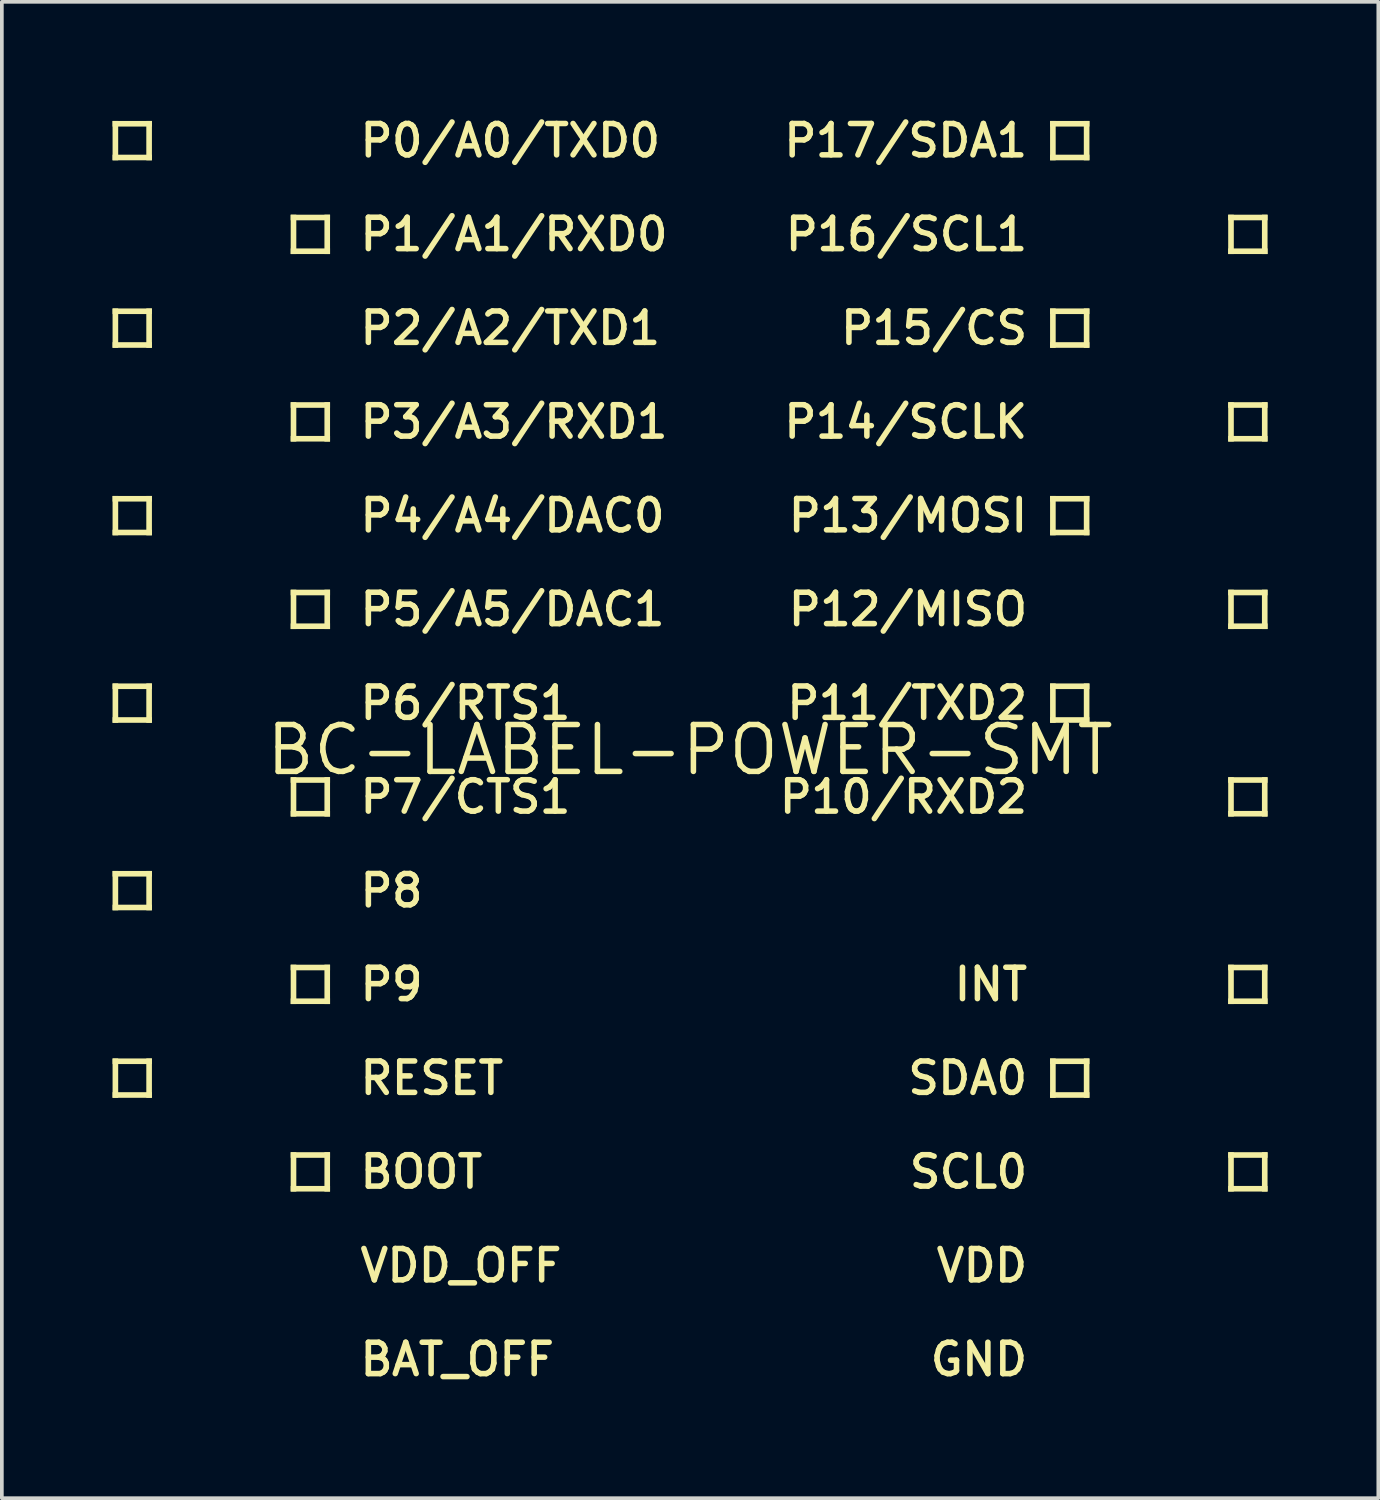
<source format=kicad_pcb>
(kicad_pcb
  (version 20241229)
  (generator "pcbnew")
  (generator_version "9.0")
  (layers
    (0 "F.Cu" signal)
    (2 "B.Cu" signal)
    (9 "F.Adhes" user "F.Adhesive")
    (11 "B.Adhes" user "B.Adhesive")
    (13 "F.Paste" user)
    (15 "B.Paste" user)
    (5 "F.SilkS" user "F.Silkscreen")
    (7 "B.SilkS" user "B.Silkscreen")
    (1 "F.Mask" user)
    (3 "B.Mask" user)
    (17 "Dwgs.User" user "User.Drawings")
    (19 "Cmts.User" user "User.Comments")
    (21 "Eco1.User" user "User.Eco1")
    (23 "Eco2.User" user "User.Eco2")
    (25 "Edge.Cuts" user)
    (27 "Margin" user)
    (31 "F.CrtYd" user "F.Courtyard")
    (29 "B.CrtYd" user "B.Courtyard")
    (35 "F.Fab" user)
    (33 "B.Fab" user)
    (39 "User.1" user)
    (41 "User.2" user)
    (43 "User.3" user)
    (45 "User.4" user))
  (footprint "BC-LABEL-POWER-SMT"
    (layer "F.Cu")
    (at 15.646 17.27)
    (property "Reference" "BC-LABEL-POWER-SMT" (at 0 0 0) (unlocked yes) (layer "F.SilkS") (effects (font (size 1.27 1.27) (thickness 0.15))))
    (fp_poly (pts (xy -15.646 -16.891) (xy -14.58 -16.891) (xy -14.58 -17.043) (xy -15.646 -17.043)) (stroke (width 0) (type default)) (fill yes) (layer "F.SilkS"))
    (fp_poly (pts (xy -15.646 -15.977) (xy -15.494 -15.977) (xy -15.494 -17.043) (xy -15.646 -17.043)) (stroke (width 0) (type default)) (fill yes) (layer "F.SilkS"))
    (fp_poly (pts (xy -15.646 -15.977) (xy -14.58 -15.977) (xy -14.58 -16.129) (xy -15.646 -16.129)) (stroke (width 0) (type default)) (fill yes) (layer "F.SilkS"))
    (fp_poly (pts (xy -15.646 -11.811) (xy -14.58 -11.811) (xy -14.58 -11.963) (xy -15.646 -11.963)) (stroke (width 0) (type default)) (fill yes) (layer "F.SilkS"))
    (fp_poly (pts (xy -15.646 -10.897) (xy -15.494 -10.897) (xy -15.494 -11.963) (xy -15.646 -11.963)) (stroke (width 0) (type default)) (fill yes) (layer "F.SilkS"))
    (fp_poly (pts (xy -15.646 -10.897) (xy -14.58 -10.897) (xy -14.58 -11.049) (xy -15.646 -11.049)) (stroke (width 0) (type default)) (fill yes) (layer "F.SilkS"))
    (fp_poly (pts (xy -15.646 -6.731) (xy -14.58 -6.731) (xy -14.58 -6.883) (xy -15.646 -6.883)) (stroke (width 0) (type default)) (fill yes) (layer "F.SilkS"))
    (fp_poly (pts (xy -15.646 -5.817) (xy -15.494 -5.817) (xy -15.494 -6.883) (xy -15.646 -6.883)) (stroke (width 0) (type default)) (fill yes) (layer "F.SilkS"))
    (fp_poly (pts (xy -15.646 -5.817) (xy -14.58 -5.817) (xy -14.58 -5.969) (xy -15.646 -5.969)) (stroke (width 0) (type default)) (fill yes) (layer "F.SilkS"))
    (fp_poly (pts (xy -15.646 -1.651) (xy -14.58 -1.651) (xy -14.58 -1.803) (xy -15.646 -1.803)) (stroke (width 0) (type default)) (fill yes) (layer "F.SilkS"))
    (fp_poly (pts (xy -15.646 -0.737) (xy -15.494 -0.737) (xy -15.494 -1.803) (xy -15.646 -1.803)) (stroke (width 0) (type default)) (fill yes) (layer "F.SilkS"))
    (fp_poly (pts (xy -15.646 -0.737) (xy -14.58 -0.737) (xy -14.58 -0.889) (xy -15.646 -0.889)) (stroke (width 0) (type default)) (fill yes) (layer "F.SilkS"))
    (fp_poly (pts (xy -15.646 3.429) (xy -14.58 3.429) (xy -14.58 3.277) (xy -15.646 3.277)) (stroke (width 0) (type default)) (fill yes) (layer "F.SilkS"))
    (fp_poly (pts (xy -15.646 4.343) (xy -15.494 4.343) (xy -15.494 3.277) (xy -15.646 3.277)) (stroke (width 0) (type default)) (fill yes) (layer "F.SilkS"))
    (fp_poly (pts (xy -15.646 4.343) (xy -14.58 4.343) (xy -14.58 4.191) (xy -15.646 4.191)) (stroke (width 0) (type default)) (fill yes) (layer "F.SilkS"))
    (fp_poly (pts (xy -15.646 8.509) (xy -14.58 8.509) (xy -14.58 8.357) (xy -15.646 8.357)) (stroke (width 0) (type default)) (fill yes) (layer "F.SilkS"))
    (fp_poly (pts (xy -15.646 9.423) (xy -15.494 9.423) (xy -15.494 8.357) (xy -15.646 8.357)) (stroke (width 0) (type default)) (fill yes) (layer "F.SilkS"))
    (fp_poly (pts (xy -15.646 9.423) (xy -14.58 9.423) (xy -14.58 9.271) (xy -15.646 9.271)) (stroke (width 0) (type default)) (fill yes) (layer "F.SilkS"))
    (fp_poly (pts (xy -14.732 -15.977) (xy -14.58 -15.977) (xy -14.58 -17.043) (xy -14.732 -17.043)) (stroke (width 0) (type default)) (fill yes) (layer "F.SilkS"))
    (fp_poly (pts (xy -14.732 -10.897) (xy -14.58 -10.897) (xy -14.58 -11.963) (xy -14.732 -11.963)) (stroke (width 0) (type default)) (fill yes) (layer "F.SilkS"))
    (fp_poly (pts (xy -14.732 -5.817) (xy -14.58 -5.817) (xy -14.58 -6.883) (xy -14.732 -6.883)) (stroke (width 0) (type default)) (fill yes) (layer "F.SilkS"))
    (fp_poly (pts (xy -14.732 -0.737) (xy -14.58 -0.737) (xy -14.58 -1.803) (xy -14.732 -1.803)) (stroke (width 0) (type default)) (fill yes) (layer "F.SilkS"))
    (fp_poly (pts (xy -14.732 4.343) (xy -14.58 4.343) (xy -14.58 3.277) (xy -14.732 3.277)) (stroke (width 0) (type default)) (fill yes) (layer "F.SilkS"))
    (fp_poly (pts (xy -14.732 9.423) (xy -14.58 9.423) (xy -14.58 8.357) (xy -14.732 8.357)) (stroke (width 0) (type default)) (fill yes) (layer "F.SilkS"))
    (fp_poly (pts (xy -10.82 -14.351) (xy -9.754 -14.351) (xy -9.754 -14.503) (xy -10.82 -14.503)) (stroke (width 0) (type default)) (fill yes) (layer "F.SilkS"))
    (fp_poly (pts (xy -10.82 -13.437) (xy -10.668 -13.437) (xy -10.668 -14.503) (xy -10.82 -14.503)) (stroke (width 0) (type default)) (fill yes) (layer "F.SilkS"))
    (fp_poly (pts (xy -10.82 -13.437) (xy -9.754 -13.437) (xy -9.754 -13.589) (xy -10.82 -13.589)) (stroke (width 0) (type default)) (fill yes) (layer "F.SilkS"))
    (fp_poly (pts (xy -10.82 -9.271) (xy -9.754 -9.271) (xy -9.754 -9.423) (xy -10.82 -9.423)) (stroke (width 0) (type default)) (fill yes) (layer "F.SilkS"))
    (fp_poly (pts (xy -10.82 -8.357) (xy -10.668 -8.357) (xy -10.668 -9.423) (xy -10.82 -9.423)) (stroke (width 0) (type default)) (fill yes) (layer "F.SilkS"))
    (fp_poly (pts (xy -10.82 -8.357) (xy -9.754 -8.357) (xy -9.754 -8.509) (xy -10.82 -8.509)) (stroke (width 0) (type default)) (fill yes) (layer "F.SilkS"))
    (fp_poly (pts (xy -10.82 -4.191) (xy -9.754 -4.191) (xy -9.754 -4.343) (xy -10.82 -4.343)) (stroke (width 0) (type default)) (fill yes) (layer "F.SilkS"))
    (fp_poly (pts (xy -10.82 -3.277) (xy -10.668 -3.277) (xy -10.668 -4.343) (xy -10.82 -4.343)) (stroke (width 0) (type default)) (fill yes) (layer "F.SilkS"))
    (fp_poly (pts (xy -10.82 -3.277) (xy -9.754 -3.277) (xy -9.754 -3.429) (xy -10.82 -3.429)) (stroke (width 0) (type default)) (fill yes) (layer "F.SilkS"))
    (fp_poly (pts (xy -10.82 0.889) (xy -9.754 0.889) (xy -9.754 0.737) (xy -10.82 0.737)) (stroke (width 0) (type default)) (fill yes) (layer "F.SilkS"))
    (fp_poly (pts (xy -10.82 1.803) (xy -10.668 1.803) (xy -10.668 0.737) (xy -10.82 0.737)) (stroke (width 0) (type default)) (fill yes) (layer "F.SilkS"))
    (fp_poly (pts (xy -10.82 1.803) (xy -9.754 1.803) (xy -9.754 1.651) (xy -10.82 1.651)) (stroke (width 0) (type default)) (fill yes) (layer "F.SilkS"))
    (fp_poly (pts (xy -10.82 5.969) (xy -9.754 5.969) (xy -9.754 5.817) (xy -10.82 5.817)) (stroke (width 0) (type default)) (fill yes) (layer "F.SilkS"))
    (fp_poly (pts (xy -10.82 6.883) (xy -10.668 6.883) (xy -10.668 5.817) (xy -10.82 5.817)) (stroke (width 0) (type default)) (fill yes) (layer "F.SilkS"))
    (fp_poly (pts (xy -10.82 6.883) (xy -9.754 6.883) (xy -9.754 6.731) (xy -10.82 6.731)) (stroke (width 0) (type default)) (fill yes) (layer "F.SilkS"))
    (fp_poly (pts (xy -10.82 11.049) (xy -9.754 11.049) (xy -9.754 10.897) (xy -10.82 10.897)) (stroke (width 0) (type default)) (fill yes) (layer "F.SilkS"))
    (fp_poly (pts (xy -10.82 11.963) (xy -10.668 11.963) (xy -10.668 10.897) (xy -10.82 10.897)) (stroke (width 0) (type default)) (fill yes) (layer "F.SilkS"))
    (fp_poly (pts (xy -10.82 11.963) (xy -9.754 11.963) (xy -9.754 11.811) (xy -10.82 11.811)) (stroke (width 0) (type default)) (fill yes) (layer "F.SilkS"))
    (fp_poly (pts (xy -9.906 -13.437) (xy -9.754 -13.437) (xy -9.754 -14.503) (xy -9.906 -14.503)) (stroke (width 0) (type default)) (fill yes) (layer "F.SilkS"))
    (fp_poly (pts (xy -9.906 -8.357) (xy -9.754 -8.357) (xy -9.754 -9.423) (xy -9.906 -9.423)) (stroke (width 0) (type default)) (fill yes) (layer "F.SilkS"))
    (fp_poly (pts (xy -9.906 -3.277) (xy -9.754 -3.277) (xy -9.754 -4.343) (xy -9.906 -4.343)) (stroke (width 0) (type default)) (fill yes) (layer "F.SilkS"))
    (fp_poly (pts (xy -9.906 1.803) (xy -9.754 1.803) (xy -9.754 0.737) (xy -9.906 0.737)) (stroke (width 0) (type default)) (fill yes) (layer "F.SilkS"))
    (fp_poly (pts (xy -9.906 6.883) (xy -9.754 6.883) (xy -9.754 5.817) (xy -9.906 5.817)) (stroke (width 0) (type default)) (fill yes) (layer "F.SilkS"))
    (fp_poly (pts (xy -9.906 11.963) (xy -9.754 11.963) (xy -9.754 10.897) (xy -9.906 10.897)) (stroke (width 0) (type default)) (fill yes) (layer "F.SilkS"))
    (fp_poly (pts (xy 9.906 -17.043) (xy 9.754 -17.043) (xy 9.754 -15.977) (xy 9.906 -15.977)) (stroke (width 0) (type default)) (fill yes) (layer "F.SilkS"))
    (fp_poly (pts (xy 9.906 -11.963) (xy 9.754 -11.963) (xy 9.754 -10.897) (xy 9.906 -10.897)) (stroke (width 0) (type default)) (fill yes) (layer "F.SilkS"))
    (fp_poly (pts (xy 9.906 -6.883) (xy 9.754 -6.883) (xy 9.754 -5.817) (xy 9.906 -5.817)) (stroke (width 0) (type default)) (fill yes) (layer "F.SilkS"))
    (fp_poly (pts (xy 9.906 -1.803) (xy 9.754 -1.803) (xy 9.754 -0.737) (xy 9.906 -0.737)) (stroke (width 0) (type default)) (fill yes) (layer "F.SilkS"))
    (fp_poly (pts (xy 9.906 8.357) (xy 9.754 8.357) (xy 9.754 9.423) (xy 9.906 9.423)) (stroke (width 0) (type default)) (fill yes) (layer "F.SilkS"))
    (fp_poly (pts (xy 10.82 -17.043) (xy 9.754 -17.043) (xy 9.754 -16.891) (xy 10.82 -16.891)) (stroke (width 0) (type default)) (fill yes) (layer "F.SilkS"))
    (fp_poly (pts (xy 10.82 -17.043) (xy 10.668 -17.043) (xy 10.668 -15.977) (xy 10.82 -15.977)) (stroke (width 0) (type default)) (fill yes) (layer "F.SilkS"))
    (fp_poly (pts (xy 10.82 -16.129) (xy 9.754 -16.129) (xy 9.754 -15.977) (xy 10.82 -15.977)) (stroke (width 0) (type default)) (fill yes) (layer "F.SilkS"))
    (fp_poly (pts (xy 10.82 -11.963) (xy 9.754 -11.963) (xy 9.754 -11.811) (xy 10.82 -11.811)) (stroke (width 0) (type default)) (fill yes) (layer "F.SilkS"))
    (fp_poly (pts (xy 10.82 -11.963) (xy 10.668 -11.963) (xy 10.668 -10.897) (xy 10.82 -10.897)) (stroke (width 0) (type default)) (fill yes) (layer "F.SilkS"))
    (fp_poly (pts (xy 10.82 -11.049) (xy 9.754 -11.049) (xy 9.754 -10.897) (xy 10.82 -10.897)) (stroke (width 0) (type default)) (fill yes) (layer "F.SilkS"))
    (fp_poly (pts (xy 10.82 -6.883) (xy 9.754 -6.883) (xy 9.754 -6.731) (xy 10.82 -6.731)) (stroke (width 0) (type default)) (fill yes) (layer "F.SilkS"))
    (fp_poly (pts (xy 10.82 -6.883) (xy 10.668 -6.883) (xy 10.668 -5.817) (xy 10.82 -5.817)) (stroke (width 0) (type default)) (fill yes) (layer "F.SilkS"))
    (fp_poly (pts (xy 10.82 -5.969) (xy 9.754 -5.969) (xy 9.754 -5.817) (xy 10.82 -5.817)) (stroke (width 0) (type default)) (fill yes) (layer "F.SilkS"))
    (fp_poly (pts (xy 10.82 -1.803) (xy 9.754 -1.803) (xy 9.754 -1.651) (xy 10.82 -1.651)) (stroke (width 0) (type default)) (fill yes) (layer "F.SilkS"))
    (fp_poly (pts (xy 10.82 -1.803) (xy 10.668 -1.803) (xy 10.668 -0.737) (xy 10.82 -0.737)) (stroke (width 0) (type default)) (fill yes) (layer "F.SilkS"))
    (fp_poly (pts (xy 10.82 -0.889) (xy 9.754 -0.889) (xy 9.754 -0.737) (xy 10.82 -0.737)) (stroke (width 0) (type default)) (fill yes) (layer "F.SilkS"))
    (fp_poly (pts (xy 10.82 8.357) (xy 9.754 8.357) (xy 9.754 8.509) (xy 10.82 8.509)) (stroke (width 0) (type default)) (fill yes) (layer "F.SilkS"))
    (fp_poly (pts (xy 10.82 8.357) (xy 10.668 8.357) (xy 10.668 9.423) (xy 10.82 9.423)) (stroke (width 0) (type default)) (fill yes) (layer "F.SilkS"))
    (fp_poly (pts (xy 10.82 9.271) (xy 9.754 9.271) (xy 9.754 9.423) (xy 10.82 9.423)) (stroke (width 0) (type default)) (fill yes) (layer "F.SilkS"))
    (fp_poly (pts (xy 14.732 -14.503) (xy 14.58 -14.503) (xy 14.58 -13.437) (xy 14.732 -13.437)) (stroke (width 0) (type default)) (fill yes) (layer "F.SilkS"))
    (fp_poly (pts (xy 14.732 -9.423) (xy 14.58 -9.423) (xy 14.58 -8.357) (xy 14.732 -8.357)) (stroke (width 0) (type default)) (fill yes) (layer "F.SilkS"))
    (fp_poly (pts (xy 14.732 -4.343) (xy 14.58 -4.343) (xy 14.58 -3.277) (xy 14.732 -3.277)) (stroke (width 0) (type default)) (fill yes) (layer "F.SilkS"))
    (fp_poly (pts (xy 14.732 0.737) (xy 14.58 0.737) (xy 14.58 1.803) (xy 14.732 1.803)) (stroke (width 0) (type default)) (fill yes) (layer "F.SilkS"))
    (fp_poly (pts (xy 14.732 5.817) (xy 14.58 5.817) (xy 14.58 6.883) (xy 14.732 6.883)) (stroke (width 0) (type default)) (fill yes) (layer "F.SilkS"))
    (fp_poly (pts (xy 14.732 10.897) (xy 14.58 10.897) (xy 14.58 11.963) (xy 14.732 11.963)) (stroke (width 0) (type default)) (fill yes) (layer "F.SilkS"))
    (fp_poly (pts (xy 15.646 -14.503) (xy 14.58 -14.503) (xy 14.58 -14.351) (xy 15.646 -14.351)) (stroke (width 0) (type default)) (fill yes) (layer "F.SilkS"))
    (fp_poly (pts (xy 15.646 -14.503) (xy 15.494 -14.503) (xy 15.494 -13.437) (xy 15.646 -13.437)) (stroke (width 0) (type default)) (fill yes) (layer "F.SilkS"))
    (fp_poly (pts (xy 15.646 -13.589) (xy 14.58 -13.589) (xy 14.58 -13.437) (xy 15.646 -13.437)) (stroke (width 0) (type default)) (fill yes) (layer "F.SilkS"))
    (fp_poly (pts (xy 15.646 -9.423) (xy 14.58 -9.423) (xy 14.58 -9.271) (xy 15.646 -9.271)) (stroke (width 0) (type default)) (fill yes) (layer "F.SilkS"))
    (fp_poly (pts (xy 15.646 -9.423) (xy 15.494 -9.423) (xy 15.494 -8.357) (xy 15.646 -8.357)) (stroke (width 0) (type default)) (fill yes) (layer "F.SilkS"))
    (fp_poly (pts (xy 15.646 -8.509) (xy 14.58 -8.509) (xy 14.58 -8.357) (xy 15.646 -8.357)) (stroke (width 0) (type default)) (fill yes) (layer "F.SilkS"))
    (fp_poly (pts (xy 15.646 -4.343) (xy 14.58 -4.343) (xy 14.58 -4.191) (xy 15.646 -4.191)) (stroke (width 0) (type default)) (fill yes) (layer "F.SilkS"))
    (fp_poly (pts (xy 15.646 -4.343) (xy 15.494 -4.343) (xy 15.494 -3.277) (xy 15.646 -3.277)) (stroke (width 0) (type default)) (fill yes) (layer "F.SilkS"))
    (fp_poly (pts (xy 15.646 -3.429) (xy 14.58 -3.429) (xy 14.58 -3.277) (xy 15.646 -3.277)) (stroke (width 0) (type default)) (fill yes) (layer "F.SilkS"))
    (fp_poly (pts (xy 15.646 0.737) (xy 14.58 0.737) (xy 14.58 0.889) (xy 15.646 0.889)) (stroke (width 0) (type default)) (fill yes) (layer "F.SilkS"))
    (fp_poly (pts (xy 15.646 0.737) (xy 15.494 0.737) (xy 15.494 1.803) (xy 15.646 1.803)) (stroke (width 0) (type default)) (fill yes) (layer "F.SilkS"))
    (fp_poly (pts (xy 15.646 1.651) (xy 14.58 1.651) (xy 14.58 1.803) (xy 15.646 1.803)) (stroke (width 0) (type default)) (fill yes) (layer "F.SilkS"))
    (fp_poly (pts (xy 15.646 5.817) (xy 14.58 5.817) (xy 14.58 5.969) (xy 15.646 5.969)) (stroke (width 0) (type default)) (fill yes) (layer "F.SilkS"))
    (fp_poly (pts (xy 15.646 5.817) (xy 15.494 5.817) (xy 15.494 6.883) (xy 15.646 6.883)) (stroke (width 0) (type default)) (fill yes) (layer "F.SilkS"))
    (fp_poly (pts (xy 15.646 6.731) (xy 14.58 6.731) (xy 14.58 6.883) (xy 15.646 6.883)) (stroke (width 0) (type default)) (fill yes) (layer "F.SilkS"))
    (fp_poly (pts (xy 15.646 10.897) (xy 14.58 10.897) (xy 14.58 11.049) (xy 15.646 11.049)) (stroke (width 0) (type default)) (fill yes) (layer "F.SilkS"))
    (fp_poly (pts (xy 15.646 10.897) (xy 15.494 10.897) (xy 15.494 11.963) (xy 15.646 11.963)) (stroke (width 0) (type default)) (fill yes) (layer "F.SilkS"))
    (fp_poly (pts (xy 15.646 11.811) (xy 14.58 11.811) (xy 14.58 11.963) (xy 15.646 11.963)) (stroke (width 0) (type default)) (fill yes) (layer "F.SilkS"))
    (fp_text user "P17/SDA1" (at 9.22 -16.51 0) (layer "F.SilkS") (effects (font (size 0.85 0.85) (thickness 0.15)) (justify right)))
    (fp_text user "P13/MOSI" (at 9.22 -6.35 0) (layer "F.SilkS") (effects (font (size 0.85 0.85) (thickness 0.15)) (justify right)))
    (fp_text user "RESET" (at -9.017 8.89 0) (layer "F.SilkS") (effects (font (size 0.85 0.85) (thickness 0.15)) (justify left)))
    (fp_text user "INT" (at 9.22 6.35 0) (layer "F.SilkS") (effects (font (size 0.85 0.85) (thickness 0.15)) (justify right)))
    (fp_text user "VDD_OFF" (at -9.017 13.97 0) (layer "F.SilkS") (effects (font (size 0.85 0.85) (thickness 0.15)) (justify left)))
    (fp_text user "GND" (at 9.22 16.51 0) (layer "F.SilkS") (effects (font (size 0.85 0.85) (thickness 0.15)) (justify right)))
    (fp_text user "P1/A1/RXD0" (at -9.017 -13.97 0) (layer "F.SilkS") (effects (font (size 0.85 0.85) (thickness 0.15)) (justify left)))
    (fp_text user "P8" (at -9.017 3.81 0) (layer "F.SilkS") (effects (font (size 0.85 0.85) (thickness 0.15)) (justify left)))
    (fp_text user "BAT_OFF" (at -9.017 16.51 0) (layer "F.SilkS") (effects (font (size 0.85 0.85) (thickness 0.15)) (justify left)))
    (fp_text user "P9" (at -9.017 6.35 0) (layer "F.SilkS") (effects (font (size 0.85 0.85) (thickness 0.15)) (justify left)))
    (fp_text user "SDA0" (at 9.22 8.89 0) (layer "F.SilkS") (effects (font (size 0.85 0.85) (thickness 0.15)) (justify right)))
    (fp_text user "P14/SCLK" (at 9.22 -8.89 0) (layer "F.SilkS") (effects (font (size 0.85 0.85) (thickness 0.15)) (justify right)))
    (fp_text user "P7/CTS1" (at -9.017 1.27 0) (layer "F.SilkS") (effects (font (size 0.85 0.85) (thickness 0.15)) (justify left)))
    (fp_text user "P12/MISO" (at 9.22 -3.81 0) (layer "F.SilkS") (effects (font (size 0.85 0.85) (thickness 0.15)) (justify right)))
    (fp_text user "P10/RXD2" (at 9.22 1.27 0) (layer "F.SilkS") (effects (font (size 0.85 0.85) (thickness 0.15)) (justify right)))
    (fp_text user "P0/A0/TXD0" (at -9.017 -16.51 0) (layer "F.SilkS") (effects (font (size 0.85 0.85) (thickness 0.15)) (justify left)))
    (fp_text user "P3/A3/RXD1" (at -9.017 -8.89 0) (layer "F.SilkS") (effects (font (size 0.85 0.85) (thickness 0.15)) (justify left)))
    (fp_text user "P5/A5/DAC1" (at -9.017 -3.81 0) (layer "F.SilkS") (effects (font (size 0.85 0.85) (thickness 0.15)) (justify left)))
    (fp_text user "P4/A4/DAC0" (at -9.017 -6.35 0) (layer "F.SilkS") (effects (font (size 0.85 0.85) (thickness 0.15)) (justify left)))
    (fp_text user "P6/RTS1" (at -9.017 -1.27 0) (layer "F.SilkS") (effects (font (size 0.85 0.85) (thickness 0.15)) (justify left)))
    (fp_text user "P15/CS" (at 9.22 -11.43 0) (layer "F.SilkS") (effects (font (size 0.85 0.85) (thickness 0.15)) (justify right)))
    (fp_text user "P11/TXD2" (at 9.22 -1.27 0) (layer "F.SilkS") (effects (font (size 0.85 0.85) (thickness 0.15)) (justify right)))
    (fp_text user "BOOT" (at -9.017 11.43 0) (layer "F.SilkS") (effects (font (size 0.85 0.85) (thickness 0.15)) (justify left)))
    (fp_text user "P16/SCL1" (at 9.22 -13.97 0) (layer "F.SilkS") (effects (font (size 0.85 0.85) (thickness 0.15)) (justify right)))
    (fp_text user "VDD" (at 9.22 13.97 0) (layer "F.SilkS") (effects (font (size 0.85 0.85) (thickness 0.15)) (justify right)))
    (fp_text user "P2/A2/TXD1" (at -9.017 -11.43 0) (layer "F.SilkS") (effects (font (size 0.85 0.85) (thickness 0.15)) (justify left)))
    (fp_text user "SCL0" (at 9.22 11.43 0) (layer "F.SilkS") (effects (font (size 0.85 0.85) (thickness 0.15)) (justify right))))
  (gr_rect
    (start -3 -3)
    (end 34.293 37.541)
    (stroke (width 0.1) (type default))
    (fill no)
    (layer "Edge.Cuts")))
</source>
